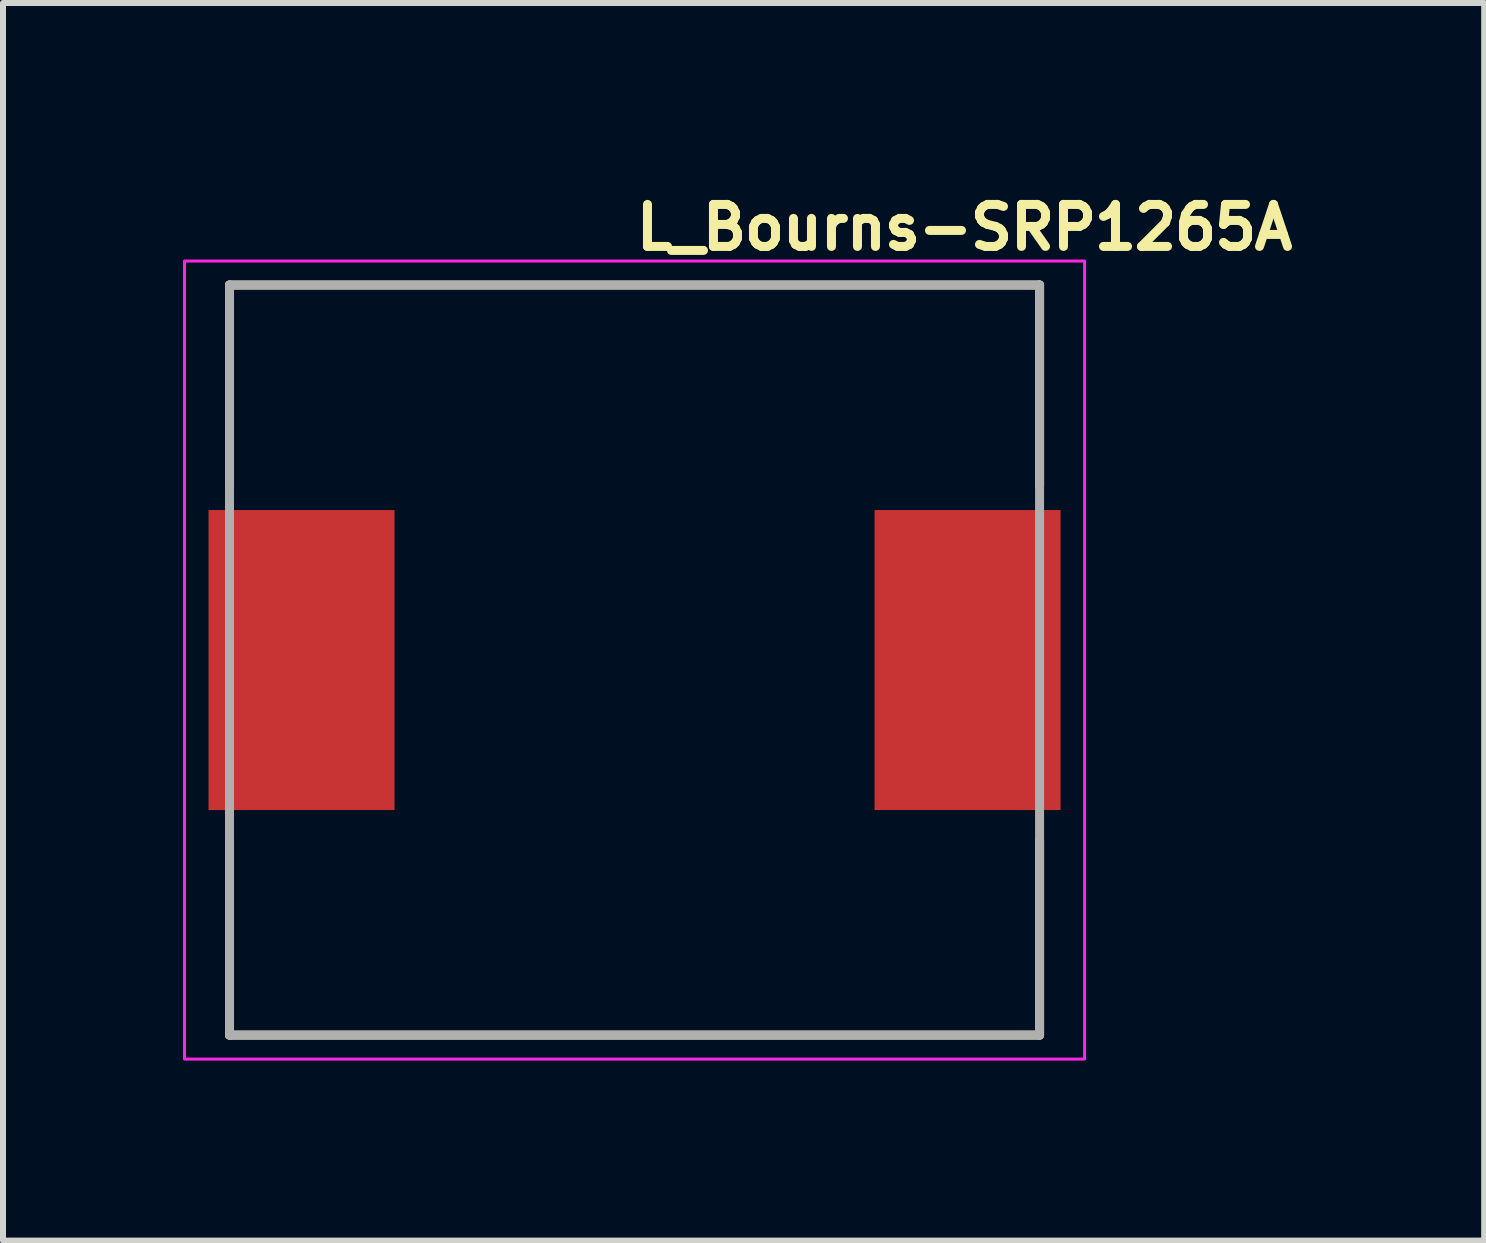
<source format=kicad_pcb>
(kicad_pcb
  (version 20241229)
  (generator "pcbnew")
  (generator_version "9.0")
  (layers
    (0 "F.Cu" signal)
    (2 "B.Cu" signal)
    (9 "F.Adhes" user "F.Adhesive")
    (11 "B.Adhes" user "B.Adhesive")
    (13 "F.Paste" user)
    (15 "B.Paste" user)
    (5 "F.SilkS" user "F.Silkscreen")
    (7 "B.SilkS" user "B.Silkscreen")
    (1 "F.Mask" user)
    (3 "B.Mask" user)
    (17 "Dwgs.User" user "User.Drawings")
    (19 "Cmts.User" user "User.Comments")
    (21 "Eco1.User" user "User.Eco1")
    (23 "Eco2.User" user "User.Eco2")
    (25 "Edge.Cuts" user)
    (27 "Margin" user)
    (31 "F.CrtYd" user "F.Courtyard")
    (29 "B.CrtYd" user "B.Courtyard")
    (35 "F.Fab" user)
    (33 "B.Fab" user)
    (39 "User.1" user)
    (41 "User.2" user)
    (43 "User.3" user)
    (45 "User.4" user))
  (footprint "L_Bourns-SRP1265A"
    (layer "F.Cu")
    (at 7.475 7.95)
    (property "Reference" "L_Bourns-SRP1265A" (at 0 -6.8 0) (layer "F.SilkS") (effects (font (size 0.7 0.7) (thickness 0.15)) (justify left bottom)))
    (attr smd)
    (fp_line (start -6.7 -6.25) (end 6.8 -6.25) (stroke (width 0.15) (type solid)) (layer "F.SilkS"))
    (fp_line (start -6.7 -2.9) (end -6.7 -6.25) (stroke (width 0.15) (type solid)) (layer "F.SilkS"))
    (fp_line (start -6.7 6.25) (end -6.7 3) (stroke (width 0.15) (type solid)) (layer "F.SilkS"))
    (fp_line (start 6.8 -6.25) (end 6.8 -2.9) (stroke (width 0.15) (type solid)) (layer "F.SilkS"))
    (fp_line (start 6.8 6.25) (end -6.7 6.25) (stroke (width 0.15) (type solid)) (layer "F.SilkS"))
    (fp_line (start 6.8 6.25) (end 6.8 3) (stroke (width 0.15) (type solid)) (layer "F.SilkS"))
    (fp_rect (start -7.45 -6.65) (end 7.55 6.65) (stroke (width 0.05) (type solid)) (fill no) (layer "F.CrtYd"))
    (fp_line (start -6.7 -6.25) (end 6.8 -6.25) (stroke (width 0.15) (type solid)) (layer "F.Fab"))
    (fp_line (start -6.7 6.25) (end -6.7 -6.25) (stroke (width 0.15) (type solid)) (layer "F.Fab"))
    (fp_line (start 6.8 -6.25) (end 6.8 6.25) (stroke (width 0.15) (type solid)) (layer "F.Fab"))
    (fp_line (start 6.8 6.25) (end -6.7 6.25) (stroke (width 0.15) (type solid)) (layer "F.Fab"))
    (fp_rect (start -6.75 -6.25) (end 6.75 6.25) (stroke (width 0.1) (type solid)) (fill no) (layer "User.5"))
    (fp_line (start -6.75 -2.35) (end -6.75 2.35) (stroke (width 0.02) (type solid)) (layer "User.9"))
    (fp_line (start -6.75 -2.35) (end -6.2 -2.35) (stroke (width 0.02) (type solid)) (layer "User.9"))
    (fp_line (start -6.75 2.35) (end -6.2 2.35) (stroke (width 0.02) (type solid)) (layer "User.9"))
    (fp_line (start -6.2 -5.25) (end -6.2 5.25) (stroke (width 0.02) (type solid)) (layer "User.9"))
    (fp_line (start -6.2 5.25) (end -6.196 5.337) (stroke (width 0.02) (type solid)) (layer "User.9"))
    (fp_line (start -6.196 -5.337) (end -6.2 -5.25) (stroke (width 0.02) (type solid)) (layer "User.9"))
    (fp_line (start -6.196 5.337) (end -6.185 5.424) (stroke (width 0.02) (type solid)) (layer "User.9"))
    (fp_line (start -6.185 -5.424) (end -6.196 -5.337) (stroke (width 0.02) (type solid)) (layer "User.9"))
    (fp_line (start -6.185 5.424) (end -6.166 5.509) (stroke (width 0.02) (type solid)) (layer "User.9"))
    (fp_line (start -6.166 -5.509) (end -6.185 -5.424) (stroke (width 0.02) (type solid)) (layer "User.9"))
    (fp_line (start -6.166 5.509) (end -6.14 5.592) (stroke (width 0.02) (type solid)) (layer "User.9"))
    (fp_line (start -6.14 -5.592) (end -6.166 -5.509) (stroke (width 0.02) (type solid)) (layer "User.9"))
    (fp_line (start -6.14 5.592) (end -6.106 5.673) (stroke (width 0.02) (type solid)) (layer "User.9"))
    (fp_line (start -6.106 -5.673) (end -6.14 -5.592) (stroke (width 0.02) (type solid)) (layer "User.9"))
    (fp_line (start -6.106 5.673) (end -6.066 5.75) (stroke (width 0.02) (type solid)) (layer "User.9"))
    (fp_line (start -6.066 -5.75) (end -6.106 -5.673) (stroke (width 0.02) (type solid)) (layer "User.9"))
    (fp_line (start -6.066 5.75) (end -6.019 5.824) (stroke (width 0.02) (type solid)) (layer "User.9"))
    (fp_line (start -6.019 -5.824) (end -6.066 -5.75) (stroke (width 0.02) (type solid)) (layer "User.9"))
    (fp_line (start -6.019 5.824) (end -5.966 5.893) (stroke (width 0.02) (type solid)) (layer "User.9"))
    (fp_line (start -5.966 -5.893) (end -6.019 -5.824) (stroke (width 0.02) (type solid)) (layer "User.9"))
    (fp_line (start -5.966 5.893) (end -5.907 5.957) (stroke (width 0.02) (type solid)) (layer "User.9"))
    (fp_line (start -5.907 -5.957) (end -5.966 -5.893) (stroke (width 0.02) (type solid)) (layer "User.9"))
    (fp_line (start -5.907 5.957) (end -5.843 6.016) (stroke (width 0.02) (type solid)) (layer "User.9"))
    (fp_line (start -5.843 -6.016) (end -5.907 -5.957) (stroke (width 0.02) (type solid)) (layer "User.9"))
    (fp_line (start -5.843 6.016) (end -5.774 6.069) (stroke (width 0.02) (type solid)) (layer "User.9"))
    (fp_line (start -5.774 -6.069) (end -5.843 -6.016) (stroke (width 0.02) (type solid)) (layer "User.9"))
    (fp_line (start -5.774 6.069) (end -5.7 6.116) (stroke (width 0.02) (type solid)) (layer "User.9"))
    (fp_line (start -5.7 -6.116) (end -5.774 -6.069) (stroke (width 0.02) (type solid)) (layer "User.9"))
    (fp_line (start -5.7 6.116) (end -5.623 6.156) (stroke (width 0.02) (type solid)) (layer "User.9"))
    (fp_line (start -5.623 -6.156) (end -5.7 -6.116) (stroke (width 0.02) (type solid)) (layer "User.9"))
    (fp_line (start -5.623 6.156) (end -5.542 6.19) (stroke (width 0.02) (type solid)) (layer "User.9"))
    (fp_line (start -5.542 -6.19) (end -5.623 -6.156) (stroke (width 0.02) (type solid)) (layer "User.9"))
    (fp_line (start -5.542 6.19) (end -5.459 6.216) (stroke (width 0.02) (type solid)) (layer "User.9"))
    (fp_line (start -5.459 -6.216) (end -5.542 -6.19) (stroke (width 0.02) (type solid)) (layer "User.9"))
    (fp_line (start -5.459 6.216) (end -5.374 6.235) (stroke (width 0.02) (type solid)) (layer "User.9"))
    (fp_line (start -5.374 -6.235) (end -5.459 -6.216) (stroke (width 0.02) (type solid)) (layer "User.9"))
    (fp_line (start -5.374 6.235) (end -5.287 6.246) (stroke (width 0.02) (type solid)) (layer "User.9"))
    (fp_line (start -5.287 -6.246) (end -5.374 -6.235) (stroke (width 0.02) (type solid)) (layer "User.9"))
    (fp_line (start -5.287 6.246) (end -5.2 6.25) (stroke (width 0.02) (type solid)) (layer "User.9"))
    (fp_line (start -5.2 -6.25) (end -5.287 -6.246) (stroke (width 0.02) (type solid)) (layer "User.9"))
    (fp_line (start -5.2 6.25) (end 5.3 6.25) (stroke (width 0.02) (type solid)) (layer "User.9"))
    (fp_line (start 5.3 -6.25) (end -5.2 -6.25) (stroke (width 0.02) (type solid)) (layer "User.9"))
    (fp_line (start 5.3 6.25) (end 5.387 6.246) (stroke (width 0.02) (type solid)) (layer "User.9"))
    (fp_line (start 5.387 -6.246) (end 5.3 -6.25) (stroke (width 0.02) (type solid)) (layer "User.9"))
    (fp_line (start 5.387 6.246) (end 5.474 6.235) (stroke (width 0.02) (type solid)) (layer "User.9"))
    (fp_line (start 5.474 -6.235) (end 5.387 -6.246) (stroke (width 0.02) (type solid)) (layer "User.9"))
    (fp_line (start 5.474 6.235) (end 5.559 6.216) (stroke (width 0.02) (type solid)) (layer "User.9"))
    (fp_line (start 5.559 -6.216) (end 5.474 -6.235) (stroke (width 0.02) (type solid)) (layer "User.9"))
    (fp_line (start 5.559 6.216) (end 5.642 6.19) (stroke (width 0.02) (type solid)) (layer "User.9"))
    (fp_line (start 5.642 -6.19) (end 5.559 -6.216) (stroke (width 0.02) (type solid)) (layer "User.9"))
    (fp_line (start 5.642 6.19) (end 5.723 6.156) (stroke (width 0.02) (type solid)) (layer "User.9"))
    (fp_line (start 5.723 -6.156) (end 5.642 -6.19) (stroke (width 0.02) (type solid)) (layer "User.9"))
    (fp_line (start 5.723 6.156) (end 5.8 6.116) (stroke (width 0.02) (type solid)) (layer "User.9"))
    (fp_line (start 5.8 -6.116) (end 5.723 -6.156) (stroke (width 0.02) (type solid)) (layer "User.9"))
    (fp_line (start 5.8 6.116) (end 5.874 6.069) (stroke (width 0.02) (type solid)) (layer "User.9"))
    (fp_line (start 5.874 -6.069) (end 5.8 -6.116) (stroke (width 0.02) (type solid)) (layer "User.9"))
    (fp_line (start 5.874 6.069) (end 5.943 6.016) (stroke (width 0.02) (type solid)) (layer "User.9"))
    (fp_line (start 5.943 -6.016) (end 5.874 -6.069) (stroke (width 0.02) (type solid)) (layer "User.9"))
    (fp_line (start 5.943 6.016) (end 6.007 5.957) (stroke (width 0.02) (type solid)) (layer "User.9"))
    (fp_line (start 6.007 -5.957) (end 5.943 -6.016) (stroke (width 0.02) (type solid)) (layer "User.9"))
    (fp_line (start 6.007 5.957) (end 6.066 5.893) (stroke (width 0.02) (type solid)) (layer "User.9"))
    (fp_line (start 6.066 -5.893) (end 6.007 -5.957) (stroke (width 0.02) (type solid)) (layer "User.9"))
    (fp_line (start 6.066 5.893) (end 6.119 5.824) (stroke (width 0.02) (type solid)) (layer "User.9"))
    (fp_line (start 6.119 -5.824) (end 6.066 -5.893) (stroke (width 0.02) (type solid)) (layer "User.9"))
    (fp_line (start 6.119 5.824) (end 6.166 5.75) (stroke (width 0.02) (type solid)) (layer "User.9"))
    (fp_line (start 6.166 -5.75) (end 6.119 -5.824) (stroke (width 0.02) (type solid)) (layer "User.9"))
    (fp_line (start 6.166 5.75) (end 6.206 5.673) (stroke (width 0.02) (type solid)) (layer "User.9"))
    (fp_line (start 6.206 -5.673) (end 6.166 -5.75) (stroke (width 0.02) (type solid)) (layer "User.9"))
    (fp_line (start 6.206 5.673) (end 6.24 5.592) (stroke (width 0.02) (type solid)) (layer "User.9"))
    (fp_line (start 6.24 -5.592) (end 6.206 -5.673) (stroke (width 0.02) (type solid)) (layer "User.9"))
    (fp_line (start 6.24 5.592) (end 6.266 5.509) (stroke (width 0.02) (type solid)) (layer "User.9"))
    (fp_line (start 6.266 -5.509) (end 6.24 -5.592) (stroke (width 0.02) (type solid)) (layer "User.9"))
    (fp_line (start 6.266 5.509) (end 6.285 5.424) (stroke (width 0.02) (type solid)) (layer "User.9"))
    (fp_line (start 6.285 -5.424) (end 6.266 -5.509) (stroke (width 0.02) (type solid)) (layer "User.9"))
    (fp_line (start 6.285 5.424) (end 6.296 5.337) (stroke (width 0.02) (type solid)) (layer "User.9"))
    (fp_line (start 6.296 -5.337) (end 6.285 -5.424) (stroke (width 0.02) (type solid)) (layer "User.9"))
    (fp_line (start 6.296 5.337) (end 6.3 5.25) (stroke (width 0.02) (type solid)) (layer "User.9"))
    (fp_line (start 6.3 -5.25) (end 6.296 -5.337) (stroke (width 0.02) (type solid)) (layer "User.9"))
    (fp_line (start 6.3 -2.35) (end 6.75 -2.35) (stroke (width 0.02) (type solid)) (layer "User.9"))
    (fp_line (start 6.3 2.35) (end 6.75 2.35) (stroke (width 0.02) (type solid)) (layer "User.9"))
    (fp_line (start 6.3 5.25) (end 6.3 -5.25) (stroke (width 0.02) (type solid)) (layer "User.9"))
    (fp_line (start 6.75 -2.35) (end 6.75 -0.727) (stroke (width 0.02) (type solid)) (layer "User.9"))
    (fp_line (start 6.75 -0.727) (end 6.3 -0.727) (stroke (width 0.02) (type solid)) (layer "User.9"))
    (fp_line (start 6.75 -0.727) (end 6.75 0.727) (stroke (width 0.02) (type solid)) (layer "User.9"))
    (fp_line (start 6.75 0.727) (end 6.3 0.727) (stroke (width 0.02) (type solid)) (layer "User.9"))
    (fp_line (start 6.75 0.727) (end 6.75 2.35) (stroke (width 0.02) (type solid)) (layer "User.9"))
    (pad "1" smd rect (at -5.5 0) (size 3.1 5) (layers "F.Cu" "F.Mask" "F.Paste"))
    (pad "2" smd rect (at 5.6 0) (size 3.1 5) (layers "F.Cu" "F.Mask" "F.Paste")))
  (gr_rect
    (start -3 -3)
    (end 21.685 17.625)
    (stroke (width 0.1) (type default))
    (fill no)
    (layer "Edge.Cuts")))
</source>
